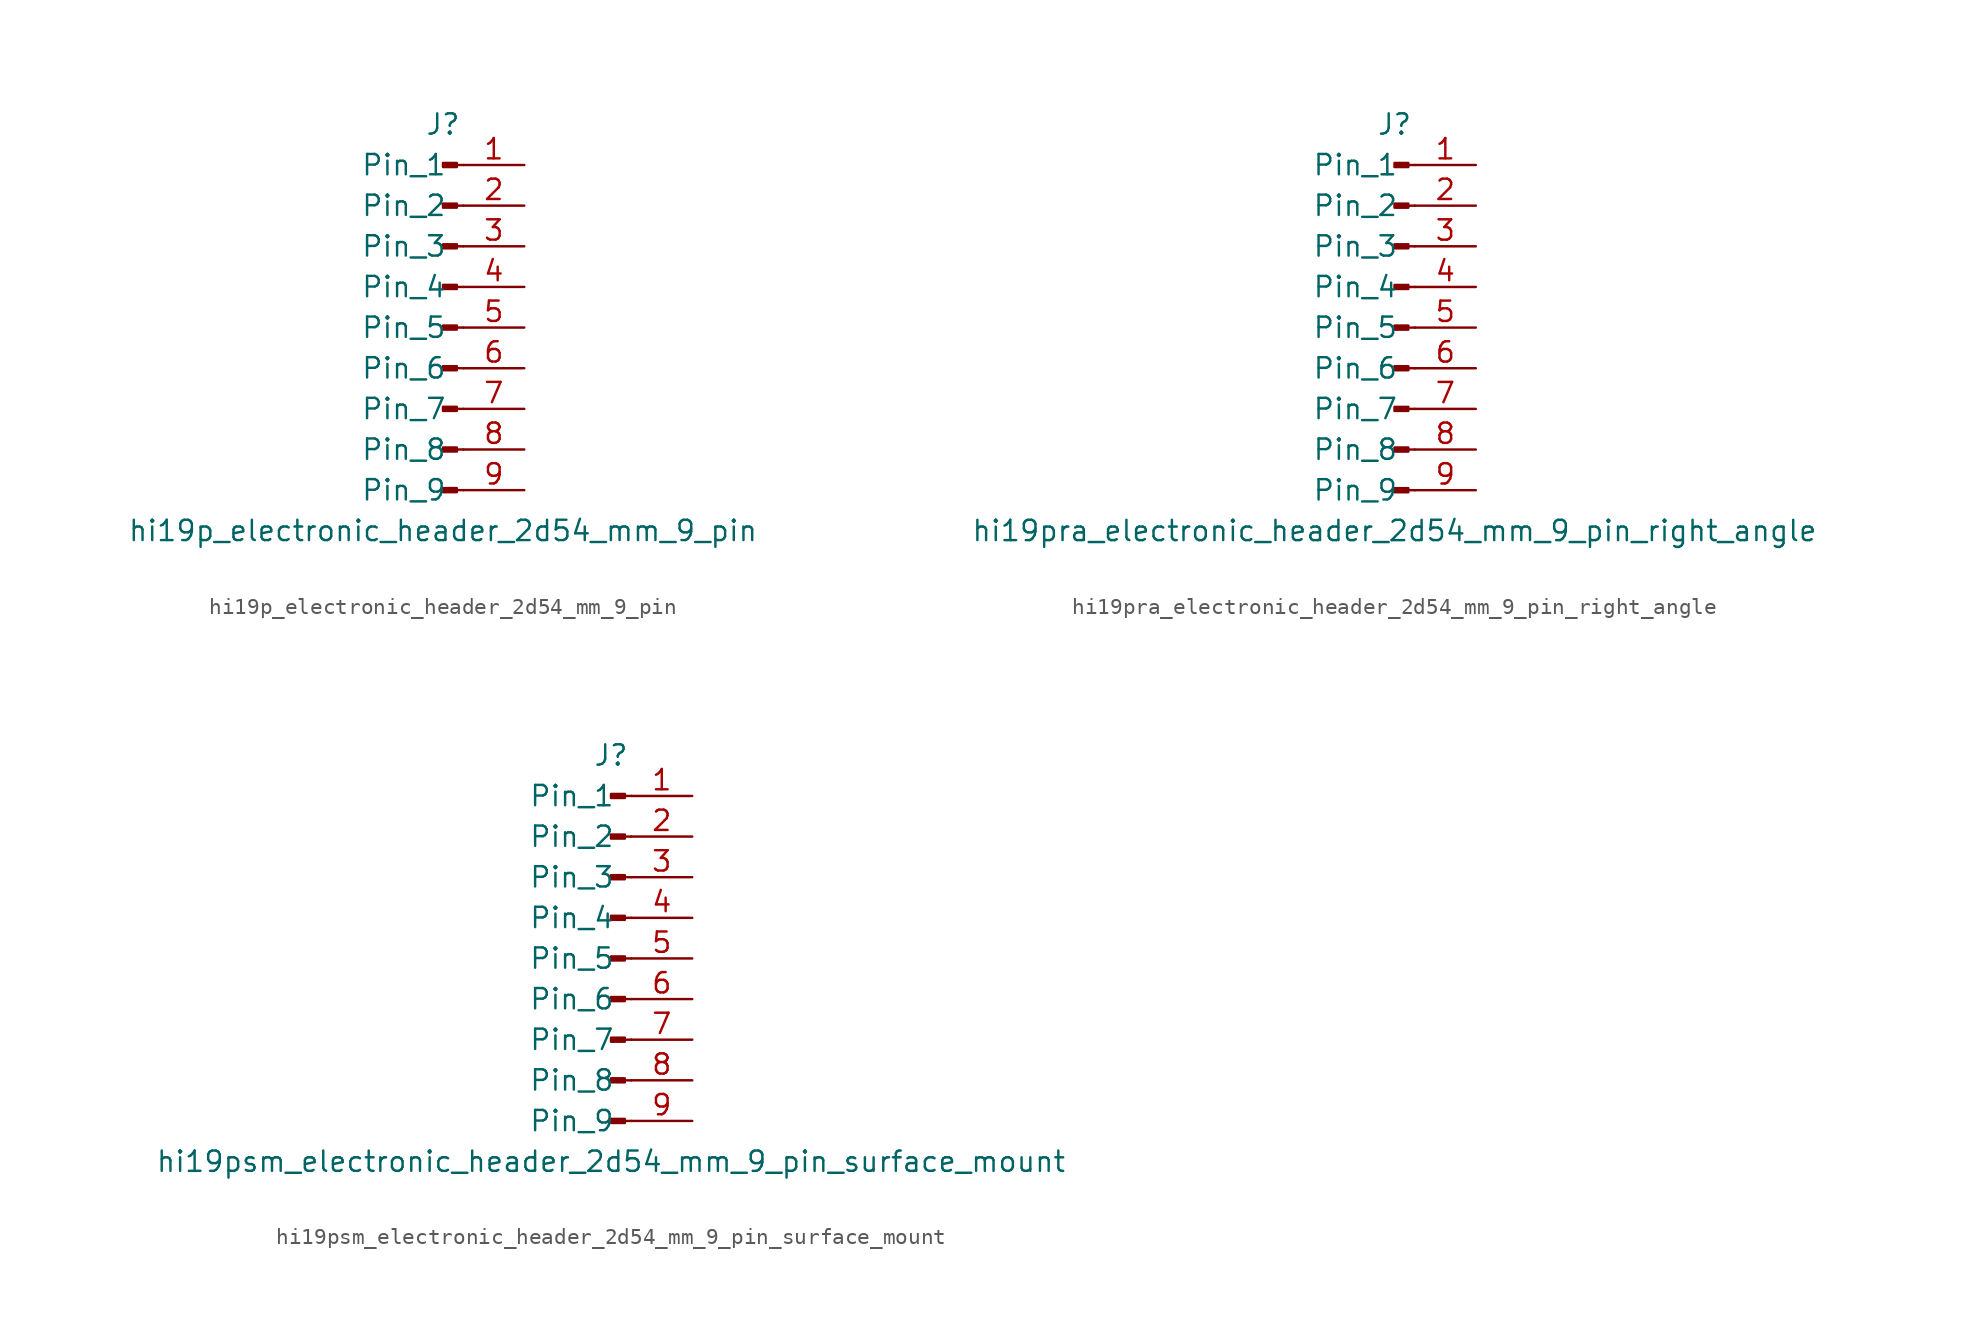
<source format=kicad_sym>
(kicad_symbol_lib
  (version 20220914)
  (generator kicad_symbol_editor)
  (symbol "hi19p_electronic_header_2d54_mm_9_pin"
    (pin_names
      (offset 1.016))
    (property "Reference" "J"
      (at 0 12.7 0)
      (effects (font (size 1.27 1.27))))
    (property "Value" "hi19p_electronic_header_2d54_mm_9_pin"
      (at 0 -12.7 0)
      (effects (font (size 1.27 1.27))))
    (property "ki_locked" ""
      (at 0 0 0)
      (effects (font (size 1.27 1.27))))
    (symbol "hi19p_electronic_header_2d54_mm_9_pin_1_1"
      (polyline (pts (xy 1.27 -10.16) (xy 0.864 -10.16)) (stroke (width 0.152) (type default)) (fill (type none)))
      (polyline (pts (xy 1.27 -7.62) (xy 0.864 -7.62)) (stroke (width 0.152) (type default)) (fill (type none)))
      (polyline (pts (xy 1.27 -5.08) (xy 0.864 -5.08)) (stroke (width 0.152) (type default)) (fill (type none)))
      (polyline (pts (xy 1.27 -2.54) (xy 0.864 -2.54)) (stroke (width 0.152) (type default)) (fill (type none)))
      (polyline (pts (xy 1.27 0) (xy 0.864 0)) (stroke (width 0.152) (type default)) (fill (type none)))
      (polyline (pts (xy 1.27 2.54) (xy 0.864 2.54)) (stroke (width 0.152) (type default)) (fill (type none)))
      (polyline (pts (xy 1.27 5.08) (xy 0.864 5.08)) (stroke (width 0.152) (type default)) (fill (type none)))
      (polyline (pts (xy 1.27 7.62) (xy 0.864 7.62)) (stroke (width 0.152) (type default)) (fill (type none)))
      (polyline (pts (xy 1.27 10.16) (xy 0.864 10.16)) (stroke (width 0.152) (type default)) (fill (type none)))
      (rectangle (start 0.864 -10.033) (end 0 -10.287) (stroke (width 0.152) (type default)) (fill (type outline)))
      (rectangle (start 0.864 -7.493) (end 0 -7.747) (stroke (width 0.152) (type default)) (fill (type outline)))
      (rectangle (start 0.864 -4.953) (end 0 -5.207) (stroke (width 0.152) (type default)) (fill (type outline)))
      (rectangle (start 0.864 -2.413) (end 0 -2.667) (stroke (width 0.152) (type default)) (fill (type outline)))
      (rectangle (start 0.864 0.127) (end 0 -0.127) (stroke (width 0.152) (type default)) (fill (type outline)))
      (rectangle (start 0.864 2.667) (end 0 2.413) (stroke (width 0.152) (type default)) (fill (type outline)))
      (rectangle (start 0.864 5.207) (end 0 4.953) (stroke (width 0.152) (type default)) (fill (type outline)))
      (rectangle (start 0.864 7.747) (end 0 7.493) (stroke (width 0.152) (type default)) (fill (type outline)))
      (rectangle (start 0.864 10.287) (end 0 10.033) (stroke (width 0.152) (type default)) (fill (type outline)))
      (pin passive line (at 5.08 10.16 180) (length 3.81) (name "Pin_1" (effects (font (size 1.27 1.27)))) (number "1" (effects (font (size 1.27 1.27)))))
      (pin passive line (at 5.08 7.62 180) (length 3.81) (name "Pin_2" (effects (font (size 1.27 1.27)))) (number "2" (effects (font (size 1.27 1.27)))))
      (pin passive line (at 5.08 5.08 180) (length 3.81) (name "Pin_3" (effects (font (size 1.27 1.27)))) (number "3" (effects (font (size 1.27 1.27)))))
      (pin passive line (at 5.08 2.54 180) (length 3.81) (name "Pin_4" (effects (font (size 1.27 1.27)))) (number "4" (effects (font (size 1.27 1.27)))))
      (pin passive line (at 5.08 0 180) (length 3.81) (name "Pin_5" (effects (font (size 1.27 1.27)))) (number "5" (effects (font (size 1.27 1.27)))))
      (pin passive line (at 5.08 -2.54 180) (length 3.81) (name "Pin_6" (effects (font (size 1.27 1.27)))) (number "6" (effects (font (size 1.27 1.27)))))
      (pin passive line (at 5.08 -5.08 180) (length 3.81) (name "Pin_7" (effects (font (size 1.27 1.27)))) (number "7" (effects (font (size 1.27 1.27)))))
      (pin passive line (at 5.08 -7.62 180) (length 3.81) (name "Pin_8" (effects (font (size 1.27 1.27)))) (number "8" (effects (font (size 1.27 1.27)))))
      (pin passive line (at 5.08 -10.16 180) (length 3.81) (name "Pin_9" (effects (font (size 1.27 1.27)))) (number "9" (effects (font (size 1.27 1.27)))))))
  (symbol "hi19pra_electronic_header_2d54_mm_9_pin_right_angle"
    (pin_names
      (offset 1.016))
    (property "Reference" "J"
      (at 0 12.7 0)
      (effects (font (size 1.27 1.27))))
    (property "Value" "hi19pra_electronic_header_2d54_mm_9_pin_right_angle"
      (at 0 -12.7 0)
      (effects (font (size 1.27 1.27))))
    (property "ki_locked" ""
      (at 0 0 0)
      (effects (font (size 1.27 1.27))))
    (symbol "hi19pra_electronic_header_2d54_mm_9_pin_right_angle_1_1"
      (polyline (pts (xy 1.27 -10.16) (xy 0.864 -10.16)) (stroke (width 0.152) (type default)) (fill (type none)))
      (polyline (pts (xy 1.27 -7.62) (xy 0.864 -7.62)) (stroke (width 0.152) (type default)) (fill (type none)))
      (polyline (pts (xy 1.27 -5.08) (xy 0.864 -5.08)) (stroke (width 0.152) (type default)) (fill (type none)))
      (polyline (pts (xy 1.27 -2.54) (xy 0.864 -2.54)) (stroke (width 0.152) (type default)) (fill (type none)))
      (polyline (pts (xy 1.27 0) (xy 0.864 0)) (stroke (width 0.152) (type default)) (fill (type none)))
      (polyline (pts (xy 1.27 2.54) (xy 0.864 2.54)) (stroke (width 0.152) (type default)) (fill (type none)))
      (polyline (pts (xy 1.27 5.08) (xy 0.864 5.08)) (stroke (width 0.152) (type default)) (fill (type none)))
      (polyline (pts (xy 1.27 7.62) (xy 0.864 7.62)) (stroke (width 0.152) (type default)) (fill (type none)))
      (polyline (pts (xy 1.27 10.16) (xy 0.864 10.16)) (stroke (width 0.152) (type default)) (fill (type none)))
      (rectangle (start 0.864 -10.033) (end 0 -10.287) (stroke (width 0.152) (type default)) (fill (type outline)))
      (rectangle (start 0.864 -7.493) (end 0 -7.747) (stroke (width 0.152) (type default)) (fill (type outline)))
      (rectangle (start 0.864 -4.953) (end 0 -5.207) (stroke (width 0.152) (type default)) (fill (type outline)))
      (rectangle (start 0.864 -2.413) (end 0 -2.667) (stroke (width 0.152) (type default)) (fill (type outline)))
      (rectangle (start 0.864 0.127) (end 0 -0.127) (stroke (width 0.152) (type default)) (fill (type outline)))
      (rectangle (start 0.864 2.667) (end 0 2.413) (stroke (width 0.152) (type default)) (fill (type outline)))
      (rectangle (start 0.864 5.207) (end 0 4.953) (stroke (width 0.152) (type default)) (fill (type outline)))
      (rectangle (start 0.864 7.747) (end 0 7.493) (stroke (width 0.152) (type default)) (fill (type outline)))
      (rectangle (start 0.864 10.287) (end 0 10.033) (stroke (width 0.152) (type default)) (fill (type outline)))
      (pin passive line (at 5.08 10.16 180) (length 3.81) (name "Pin_1" (effects (font (size 1.27 1.27)))) (number "1" (effects (font (size 1.27 1.27)))))
      (pin passive line (at 5.08 7.62 180) (length 3.81) (name "Pin_2" (effects (font (size 1.27 1.27)))) (number "2" (effects (font (size 1.27 1.27)))))
      (pin passive line (at 5.08 5.08 180) (length 3.81) (name "Pin_3" (effects (font (size 1.27 1.27)))) (number "3" (effects (font (size 1.27 1.27)))))
      (pin passive line (at 5.08 2.54 180) (length 3.81) (name "Pin_4" (effects (font (size 1.27 1.27)))) (number "4" (effects (font (size 1.27 1.27)))))
      (pin passive line (at 5.08 0 180) (length 3.81) (name "Pin_5" (effects (font (size 1.27 1.27)))) (number "5" (effects (font (size 1.27 1.27)))))
      (pin passive line (at 5.08 -2.54 180) (length 3.81) (name "Pin_6" (effects (font (size 1.27 1.27)))) (number "6" (effects (font (size 1.27 1.27)))))
      (pin passive line (at 5.08 -5.08 180) (length 3.81) (name "Pin_7" (effects (font (size 1.27 1.27)))) (number "7" (effects (font (size 1.27 1.27)))))
      (pin passive line (at 5.08 -7.62 180) (length 3.81) (name "Pin_8" (effects (font (size 1.27 1.27)))) (number "8" (effects (font (size 1.27 1.27)))))
      (pin passive line (at 5.08 -10.16 180) (length 3.81) (name "Pin_9" (effects (font (size 1.27 1.27)))) (number "9" (effects (font (size 1.27 1.27)))))))
  (symbol "hi19psm_electronic_header_2d54_mm_9_pin_surface_mount"
    (pin_names
      (offset 1.016))
    (property "Reference" "J"
      (at 0 12.7 0)
      (effects (font (size 1.27 1.27))))
    (property "Value" "hi19psm_electronic_header_2d54_mm_9_pin_surface_mount"
      (at 0 -12.7 0)
      (effects (font (size 1.27 1.27))))
    (property "ki_locked" ""
      (at 0 0 0)
      (effects (font (size 1.27 1.27))))
    (symbol "hi19psm_electronic_header_2d54_mm_9_pin_surface_mount_1_1"
      (polyline (pts (xy 1.27 -10.16) (xy 0.864 -10.16)) (stroke (width 0.152) (type default)) (fill (type none)))
      (polyline (pts (xy 1.27 -7.62) (xy 0.864 -7.62)) (stroke (width 0.152) (type default)) (fill (type none)))
      (polyline (pts (xy 1.27 -5.08) (xy 0.864 -5.08)) (stroke (width 0.152) (type default)) (fill (type none)))
      (polyline (pts (xy 1.27 -2.54) (xy 0.864 -2.54)) (stroke (width 0.152) (type default)) (fill (type none)))
      (polyline (pts (xy 1.27 0) (xy 0.864 0)) (stroke (width 0.152) (type default)) (fill (type none)))
      (polyline (pts (xy 1.27 2.54) (xy 0.864 2.54)) (stroke (width 0.152) (type default)) (fill (type none)))
      (polyline (pts (xy 1.27 5.08) (xy 0.864 5.08)) (stroke (width 0.152) (type default)) (fill (type none)))
      (polyline (pts (xy 1.27 7.62) (xy 0.864 7.62)) (stroke (width 0.152) (type default)) (fill (type none)))
      (polyline (pts (xy 1.27 10.16) (xy 0.864 10.16)) (stroke (width 0.152) (type default)) (fill (type none)))
      (rectangle (start 0.864 -10.033) (end 0 -10.287) (stroke (width 0.152) (type default)) (fill (type outline)))
      (rectangle (start 0.864 -7.493) (end 0 -7.747) (stroke (width 0.152) (type default)) (fill (type outline)))
      (rectangle (start 0.864 -4.953) (end 0 -5.207) (stroke (width 0.152) (type default)) (fill (type outline)))
      (rectangle (start 0.864 -2.413) (end 0 -2.667) (stroke (width 0.152) (type default)) (fill (type outline)))
      (rectangle (start 0.864 0.127) (end 0 -0.127) (stroke (width 0.152) (type default)) (fill (type outline)))
      (rectangle (start 0.864 2.667) (end 0 2.413) (stroke (width 0.152) (type default)) (fill (type outline)))
      (rectangle (start 0.864 5.207) (end 0 4.953) (stroke (width 0.152) (type default)) (fill (type outline)))
      (rectangle (start 0.864 7.747) (end 0 7.493) (stroke (width 0.152) (type default)) (fill (type outline)))
      (rectangle (start 0.864 10.287) (end 0 10.033) (stroke (width 0.152) (type default)) (fill (type outline)))
      (pin passive line (at 5.08 10.16 180) (length 3.81) (name "Pin_1" (effects (font (size 1.27 1.27)))) (number "1" (effects (font (size 1.27 1.27)))))
      (pin passive line (at 5.08 7.62 180) (length 3.81) (name "Pin_2" (effects (font (size 1.27 1.27)))) (number "2" (effects (font (size 1.27 1.27)))))
      (pin passive line (at 5.08 5.08 180) (length 3.81) (name "Pin_3" (effects (font (size 1.27 1.27)))) (number "3" (effects (font (size 1.27 1.27)))))
      (pin passive line (at 5.08 2.54 180) (length 3.81) (name "Pin_4" (effects (font (size 1.27 1.27)))) (number "4" (effects (font (size 1.27 1.27)))))
      (pin passive line (at 5.08 0 180) (length 3.81) (name "Pin_5" (effects (font (size 1.27 1.27)))) (number "5" (effects (font (size 1.27 1.27)))))
      (pin passive line (at 5.08 -2.54 180) (length 3.81) (name "Pin_6" (effects (font (size 1.27 1.27)))) (number "6" (effects (font (size 1.27 1.27)))))
      (pin passive line (at 5.08 -5.08 180) (length 3.81) (name "Pin_7" (effects (font (size 1.27 1.27)))) (number "7" (effects (font (size 1.27 1.27)))))
      (pin passive line (at 5.08 -7.62 180) (length 3.81) (name "Pin_8" (effects (font (size 1.27 1.27)))) (number "8" (effects (font (size 1.27 1.27)))))
      (pin passive line (at 5.08 -10.16 180) (length 3.81) (name "Pin_9" (effects (font (size 1.27 1.27)))) (number "9" (effects (font (size 1.27 1.27))))))))
</source>
